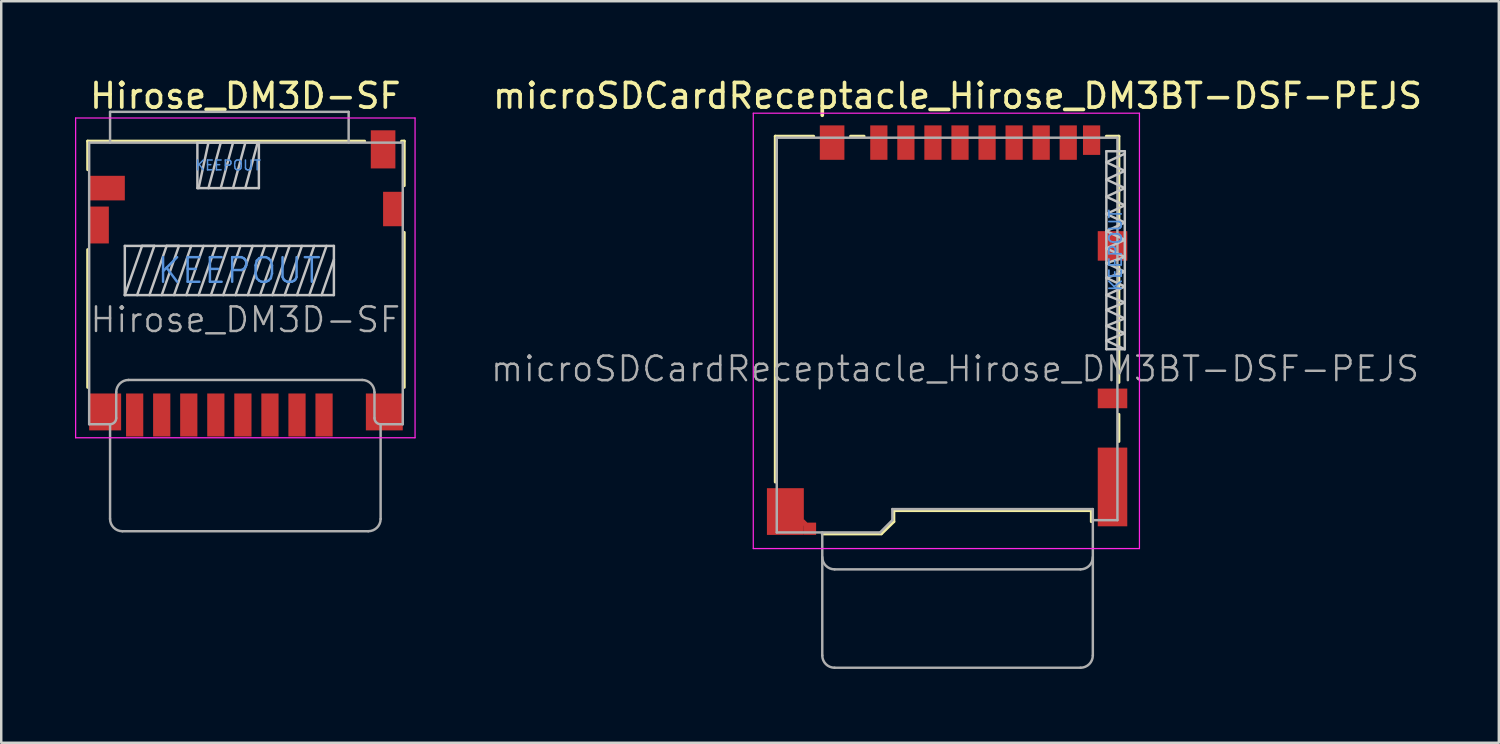
<source format=kicad_pcb>
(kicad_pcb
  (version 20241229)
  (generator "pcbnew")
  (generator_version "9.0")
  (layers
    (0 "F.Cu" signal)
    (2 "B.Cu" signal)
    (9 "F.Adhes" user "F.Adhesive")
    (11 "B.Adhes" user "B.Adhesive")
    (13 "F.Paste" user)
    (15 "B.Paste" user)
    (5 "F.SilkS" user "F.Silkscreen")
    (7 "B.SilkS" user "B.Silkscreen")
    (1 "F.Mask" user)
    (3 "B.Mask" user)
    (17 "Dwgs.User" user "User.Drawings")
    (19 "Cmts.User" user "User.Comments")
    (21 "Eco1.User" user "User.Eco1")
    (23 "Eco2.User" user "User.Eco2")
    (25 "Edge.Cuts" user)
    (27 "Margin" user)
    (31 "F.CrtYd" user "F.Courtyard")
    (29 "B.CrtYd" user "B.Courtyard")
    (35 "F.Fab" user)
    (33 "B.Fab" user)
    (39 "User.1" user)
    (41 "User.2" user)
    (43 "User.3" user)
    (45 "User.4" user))
  (footprint "microSDCardReceptacle_Hirose_DM3BT-DSF-PEJS"
    (layer "F.Cu")
    (at 35.456 10.373)
    (property "Reference" "microSDCardReceptacle_Hirose_DM3BT-DSF-PEJS" (at 0.425 -9.525 0) (layer "F.SilkS") (effects (font (size 1 1) (thickness 0.15))))
    (attr smd)
    (fp_line (start -6.985 -7.885) (end -6.985 6.175) (stroke (width 0.12) (type solid)) (layer "F.SilkS"))
    (fp_line (start -6.985 -7.885) (end -5.425 -7.885) (stroke (width 0.12) (type solid)) (layer "F.SilkS"))
    (fp_line (start -5.075 8.285) (end -2.675 8.285) (stroke (width 0.12) (type solid)) (layer "F.SilkS"))
    (fp_line (start -3.375 -7.885) (end -3.925 -7.885) (stroke (width 0.12) (type solid)) (layer "F.SilkS"))
    (fp_line (start -2.665 8.275) (end -2.165 7.785) (stroke (width 0.12) (type solid)) (layer "F.SilkS"))
    (fp_line (start -2.165 7.335) (end -2.165 7.785) (stroke (width 0.12) (type solid)) (layer "F.SilkS"))
    (fp_line (start 5.865 7.335) (end -2.165 7.335) (stroke (width 0.12) (type solid)) (layer "F.SilkS"))
    (fp_line (start 5.865 7.335) (end 5.865 7.785) (stroke (width 0.12) (type solid)) (layer "F.SilkS"))
    (fp_line (start 6.475 -7.885) (end 6.985 -7.885) (stroke (width 0.12) (type solid)) (layer "F.SilkS"))
    (fp_line (start 6.985 -7.885) (end 6.985 -4.275) (stroke (width 0.12) (type solid)) (layer "F.SilkS"))
    (fp_line (start 6.985 -2.575) (end 6.985 2.125) (stroke (width 0.12) (type solid)) (layer "F.SilkS"))
    (fp_line (start 6.985 3.425) (end 6.985 4.525) (stroke (width 0.12) (type solid)) (layer "F.SilkS"))
    (fp_line (start 6.475 -6.825) (end 7.225 -7.175) (stroke (width 0.1) (type solid)) (layer "Dwgs.User"))
    (fp_line (start 6.475 -6.125) (end 7.225 -6.475) (stroke (width 0.1) (type solid)) (layer "Dwgs.User"))
    (fp_line (start 6.475 -5.425) (end 7.225 -5.775) (stroke (width 0.1) (type solid)) (layer "Dwgs.User"))
    (fp_line (start 6.475 -4.725) (end 7.225 -5.075) (stroke (width 0.1) (type solid)) (layer "Dwgs.User"))
    (fp_line (start 6.475 -4.025) (end 7.225 -4.375) (stroke (width 0.1) (type solid)) (layer "Dwgs.User"))
    (fp_line (start 6.475 -3.325) (end 7.225 -3.675) (stroke (width 0.1) (type solid)) (layer "Dwgs.User"))
    (fp_line (start 6.475 -2.725) (end 7.225 -2.975) (stroke (width 0.1) (type solid)) (layer "Dwgs.User"))
    (fp_line (start 6.475 -2.125) (end 7.225 -2.375) (stroke (width 0.1) (type solid)) (layer "Dwgs.User"))
    (fp_line (start 6.475 -1.425) (end 7.225 -1.775) (stroke (width 0.1) (type solid)) (layer "Dwgs.User"))
    (fp_line (start 6.475 -0.825) (end 7.225 -1.125) (stroke (width 0.1) (type solid)) (layer "Dwgs.User"))
    (fp_line (start 6.475 -0.175) (end 7.225 -0.475) (stroke (width 0.1) (type solid)) (layer "Dwgs.User"))
    (fp_line (start 6.475 0.425) (end 7.225 0.125) (stroke (width 0.1) (type solid)) (layer "Dwgs.User"))
    (fp_line (start 6.475 0.775) (end 6.475 -7.275) (stroke (width 0.1) (type solid)) (layer "Dwgs.User"))
    (fp_line (start 7.225 -7.275) (end 6.475 -7.275) (stroke (width 0.1) (type solid)) (layer "Dwgs.User"))
    (fp_line (start 7.225 -6.475) (end 6.475 -6.825) (stroke (width 0.1) (type solid)) (layer "Dwgs.User"))
    (fp_line (start 7.225 -5.775) (end 6.475 -6.125) (stroke (width 0.1) (type solid)) (layer "Dwgs.User"))
    (fp_line (start 7.225 -5.075) (end 6.475 -5.425) (stroke (width 0.1) (type solid)) (layer "Dwgs.User"))
    (fp_line (start 7.225 -4.375) (end 6.475 -4.725) (stroke (width 0.1) (type solid)) (layer "Dwgs.User"))
    (fp_line (start 7.225 -3.675) (end 6.475 -4.025) (stroke (width 0.1) (type solid)) (layer "Dwgs.User"))
    (fp_line (start 7.225 -2.975) (end 6.475 -3.325) (stroke (width 0.1) (type solid)) (layer "Dwgs.User"))
    (fp_line (start 7.225 -2.375) (end 6.475 -2.725) (stroke (width 0.1) (type solid)) (layer "Dwgs.User"))
    (fp_line (start 7.225 -1.775) (end 6.475 -2.125) (stroke (width 0.1) (type solid)) (layer "Dwgs.User"))
    (fp_line (start 7.225 -1.125) (end 6.475 -1.425) (stroke (width 0.1) (type solid)) (layer "Dwgs.User"))
    (fp_line (start 7.225 -0.475) (end 6.475 -0.825) (stroke (width 0.1) (type solid)) (layer "Dwgs.User"))
    (fp_line (start 7.225 0.125) (end 6.475 -0.175) (stroke (width 0.1) (type solid)) (layer "Dwgs.User"))
    (fp_line (start 7.225 0.775) (end 6.475 0.425) (stroke (width 0.1) (type solid)) (layer "Dwgs.User"))
    (fp_line (start 7.225 0.775) (end 6.475 0.775) (stroke (width 0.1) (type solid)) (layer "Dwgs.User"))
    (fp_line (start 7.225 0.775) (end 7.225 -7.275) (stroke (width 0.1) (type solid)) (layer "Dwgs.User"))
    (fp_line (start -7.88 -8.82) (end 7.82 -8.82) (stroke (width 0.05) (type solid)) (layer "F.CrtYd"))
    (fp_line (start -7.88 8.88) (end -7.88 -8.82) (stroke (width 0.05) (type solid)) (layer "F.CrtYd"))
    (fp_line (start 7.82 -8.82) (end 7.82 8.88) (stroke (width 0.05) (type solid)) (layer "F.CrtYd"))
    (fp_line (start 7.82 8.88) (end -7.88 8.88) (stroke (width 0.05) (type solid)) (layer "F.CrtYd"))
    (fp_line (start -6.925 -7.825) (end 6.925 -7.825) (stroke (width 0.1) (type solid)) (layer "F.Fab"))
    (fp_line (start -6.925 8.225) (end -6.925 -7.825) (stroke (width 0.1) (type solid)) (layer "F.Fab"))
    (fp_line (start -6.925 8.225) (end -2.725 8.225) (stroke (width 0.1) (type solid)) (layer "F.Fab"))
    (fp_line (start -5.075 8.225) (end -5.075 13.225) (stroke (width 0.1) (type solid)) (layer "F.Fab"))
    (fp_line (start -4.575 9.725) (end 5.425 9.725) (stroke (width 0.1) (type solid)) (layer "F.Fab"))
    (fp_line (start -4.575 13.725) (end 5.425 13.725) (stroke (width 0.1) (type solid)) (layer "F.Fab"))
    (fp_line (start -2.225 7.275) (end -2.225 7.725) (stroke (width 0.1) (type solid)) (layer "F.Fab"))
    (fp_line (start -2.225 7.275) (end 5.925 7.275) (stroke (width 0.1) (type solid)) (layer "F.Fab"))
    (fp_line (start -2.225 7.725) (end -2.725 8.225) (stroke (width 0.1) (type solid)) (layer "F.Fab"))
    (fp_line (start 5.925 13.225) (end 5.925 7.275) (stroke (width 0.1) (type solid)) (layer "F.Fab"))
    (fp_line (start 6.925 7.725) (end 5.925 7.725) (stroke (width 0.1) (type solid)) (layer "F.Fab"))
    (fp_line (start 6.925 7.725) (end 6.925 -7.825) (stroke (width 0.1) (type solid)) (layer "F.Fab"))
    (fp_arc (start -4.575 9.725) (mid -4.928553 9.578553) (end -5.075 9.225) (stroke (width 0.1) (type solid)) (layer "F.Fab"))
    (fp_arc (start -4.575 13.725) (mid -4.928553 13.578553) (end -5.075 13.225) (stroke (width 0.1) (type solid)) (layer "F.Fab"))
    (fp_arc (start 5.925 9.225) (mid 5.778553 9.578553) (end 5.425 9.725) (stroke (width 0.1) (type solid)) (layer "F.Fab"))
    (fp_arc (start 5.925 13.225) (mid 5.778553 13.578553) (end 5.425 13.725) (stroke (width 0.1) (type solid)) (layer "F.Fab"))
    (fp_text user "KEEPOUT" (at 6.85 -3.25 90) (layer "Cmts.User") (effects (font (size 0.5 0.5) (thickness 0.07))))
    (fp_text user "${REFERENCE}" (at 0.325 1.575 0) (layer "F.Fab") (effects (font (size 1 1) (thickness 0.1))))
    (pad "1" smd rect (at -2.775 -7.625) (size 0.7 1.4) (layers "F.Cu" "F.Mask" "F.Paste"))
    (pad "2" smd rect (at -1.675 -7.625) (size 0.7 1.4) (layers "F.Cu" "F.Mask" "F.Paste"))
    (pad "3" smd rect (at -0.575 -7.625) (size 0.7 1.4) (layers "F.Cu" "F.Mask" "F.Paste"))
    (pad "4" smd rect (at 0.525 -7.625) (size 0.7 1.4) (layers "F.Cu" "F.Mask" "F.Paste"))
    (pad "5" smd rect (at 1.625 -7.625) (size 0.7 1.4) (layers "F.Cu" "F.Mask" "F.Paste"))
    (pad "6" smd rect (at 2.725 -7.625) (size 0.7 1.4) (layers "F.Cu" "F.Mask" "F.Paste"))
    (pad "7" smd rect (at 3.825 -7.625) (size 0.7 1.4) (layers "F.Cu" "F.Mask" "F.Paste"))
    (pad "8" smd rect (at 4.925 -7.625) (size 0.7 1.4) (layers "F.Cu" "F.Mask" "F.Paste"))
    (pad "9" smd rect (at 5.875 -7.725) (size 0.7 1.2) (layers "F.Cu" "F.Mask" "F.Paste"))
    (pad "10" smd rect (at 6.725 2.775) (size 1.2 0.8) (layers "F.Cu" "F.Mask" "F.Paste"))
    (pad "11" smd rect (at -6.575 7.375) (size 1.5 1.9) (layers "F.Cu" "F.Mask" "F.Paste"))
    (pad "11" smd rect (at -5.825 7.825 45) (size 0.2 0.2) (layers "F.Cu" "F.Mask" "F.Paste"))
    (pad "11" smd rect (at -5.575 8.075) (size 0.5 0.5) (layers "F.Cu" "F.Mask" "F.Paste"))
    (pad "11" smd rect (at -4.675 -7.625) (size 1 1.4) (layers "F.Cu" "F.Mask" "F.Paste"))
    (pad "11" smd rect (at 6.725 -3.425) (size 1.2 1.2) (layers "F.Cu" "F.Mask" "F.Paste"))
    (pad "11" smd rect (at 6.725 6.375) (size 1.2 3.2) (layers "F.Cu" "F.Mask" "F.Paste")))
  (footprint "Hirose_DM3D-SF"
    (layer "F.Cu")
    (at 2.425 12.948)
    (property "Reference" "Hirose_DM3D-SF" (at 4.5 -12.1 0) (layer "F.SilkS") (effects (font (size 1 1) (thickness 0.15))))
    (attr smd)
    (fp_line (start -1.91 -10.26) (end 9.35 -10.26) (stroke (width 0.12) (type solid)) (layer "F.SilkS"))
    (fp_line (start -1.91 -9.1) (end -1.91 -10.26) (stroke (width 0.12) (type solid)) (layer "F.SilkS"))
    (fp_line (start -1.91 -5.85) (end -1.91 -0.25) (stroke (width 0.12) (type solid)) (layer "F.SilkS"))
    (fp_line (start 10.85 -10.26) (end 10.96 -10.26) (stroke (width 0.12) (type solid)) (layer "F.SilkS"))
    (fp_line (start 10.96 -10.26) (end 10.96 -8.45) (stroke (width 0.12) (type solid)) (layer "F.SilkS"))
    (fp_line (start 10.96 -6.55) (end 10.96 -0.25) (stroke (width 0.12) (type solid)) (layer "F.SilkS"))
    (fp_line (start -0.4 -6) (end -0.4 -4) (stroke (width 0.1) (type solid)) (layer "Dwgs.User"))
    (fp_line (start -0.4 -6) (end 8.1 -6) (stroke (width 0.1) (type solid)) (layer "Dwgs.User"))
    (fp_line (start -0.4 -4) (end 0.3 -6) (stroke (width 0.1) (type solid)) (layer "Dwgs.User"))
    (fp_line (start -0.4 -4) (end 8.1 -4) (stroke (width 0.1) (type solid)) (layer "Dwgs.User"))
    (fp_line (start 0.1 -4) (end 0.8 -6) (stroke (width 0.1) (type solid)) (layer "Dwgs.User"))
    (fp_line (start 0.3 -6) (end 0.8 -6) (stroke (width 0.1) (type solid)) (layer "Dwgs.User"))
    (fp_line (start 0.6 -4) (end 1.3 -6) (stroke (width 0.1) (type solid)) (layer "Dwgs.User"))
    (fp_line (start 1.1 -4) (end 1.8 -6) (stroke (width 0.1) (type solid)) (layer "Dwgs.User"))
    (fp_line (start 1.3 -6) (end 1.8 -6) (stroke (width 0.1) (type solid)) (layer "Dwgs.User"))
    (fp_line (start 1.6 -4) (end 2.3 -6) (stroke (width 0.1) (type solid)) (layer "Dwgs.User"))
    (fp_line (start 2.1 -4) (end 2.8 -6) (stroke (width 0.1) (type solid)) (layer "Dwgs.User"))
    (fp_line (start 2.55 -10.2) (end 2.55 -8.35) (stroke (width 0.1) (type solid)) (layer "Dwgs.User"))
    (fp_line (start 2.6 -8.35) (end 3 -10.2) (stroke (width 0.1) (type solid)) (layer "Dwgs.User"))
    (fp_line (start 2.6 -4) (end 3.3 -6) (stroke (width 0.1) (type solid)) (layer "Dwgs.User"))
    (fp_line (start 3.1 -4) (end 3.8 -6) (stroke (width 0.1) (type solid)) (layer "Dwgs.User"))
    (fp_line (start 3.5 -10.2) (end 3 -8.35) (stroke (width 0.1) (type solid)) (layer "Dwgs.User"))
    (fp_line (start 3.5 -8.35) (end 4 -10.2) (stroke (width 0.1) (type solid)) (layer "Dwgs.User"))
    (fp_line (start 3.6 -4) (end 4.3 -6) (stroke (width 0.1) (type solid)) (layer "Dwgs.User"))
    (fp_line (start 4.1 -4) (end 4.8 -6) (stroke (width 0.1) (type solid)) (layer "Dwgs.User"))
    (fp_line (start 4.5 -10.2) (end 4 -8.35) (stroke (width 0.1) (type solid)) (layer "Dwgs.User"))
    (fp_line (start 4.5 -8.35) (end 5 -10.2) (stroke (width 0.1) (type solid)) (layer "Dwgs.User"))
    (fp_line (start 4.6 -4) (end 5.3 -6) (stroke (width 0.1) (type solid)) (layer "Dwgs.User"))
    (fp_line (start 5.05 -10.2) (end 2.55 -10.2) (stroke (width 0.1) (type solid)) (layer "Dwgs.User"))
    (fp_line (start 5.05 -8.35) (end 2.55 -8.35) (stroke (width 0.1) (type solid)) (layer "Dwgs.User"))
    (fp_line (start 5.05 -8.35) (end 5.05 -10.2) (stroke (width 0.1) (type solid)) (layer "Dwgs.User"))
    (fp_line (start 5.1 -4) (end 5.8 -6) (stroke (width 0.1) (type solid)) (layer "Dwgs.User"))
    (fp_line (start 5.6 -4) (end 6.3 -6) (stroke (width 0.1) (type solid)) (layer "Dwgs.User"))
    (fp_line (start 6.1 -4) (end 6.8 -6) (stroke (width 0.1) (type solid)) (layer "Dwgs.User"))
    (fp_line (start 6.6 -4) (end 7.3 -6) (stroke (width 0.1) (type solid)) (layer "Dwgs.User"))
    (fp_line (start 7.1 -4) (end 7.8 -6) (stroke (width 0.1) (type solid)) (layer "Dwgs.User"))
    (fp_line (start 7.6 -4) (end 8.1 -5.45) (stroke (width 0.1) (type solid)) (layer "Dwgs.User"))
    (fp_line (start 8.1 -4) (end 8.1 -6) (stroke (width 0.1) (type solid)) (layer "Dwgs.User"))
    (fp_line (start -2.4 -11.2) (end 11.4 -11.2) (stroke (width 0.05) (type solid)) (layer "F.CrtYd"))
    (fp_line (start -2.4 1.8) (end -2.4 -11.2) (stroke (width 0.05) (type solid)) (layer "F.CrtYd"))
    (fp_line (start 11.4 -11.2) (end 11.4 1.8) (stroke (width 0.05) (type solid)) (layer "F.CrtYd"))
    (fp_line (start 11.4 1.8) (end -2.4 1.8) (stroke (width 0.05) (type solid)) (layer "F.CrtYd"))
    (fp_line (start -1.85 -10.2) (end 10.9 -10.2) (stroke (width 0.1) (type solid)) (layer "F.Fab"))
    (fp_line (start -1.85 1.25) (end -1.85 -10.2) (stroke (width 0.1) (type solid)) (layer "F.Fab"))
    (fp_line (start -1.85 1.25) (end -1 1.25) (stroke (width 0.1) (type solid)) (layer "F.Fab"))
    (fp_line (start -1 -11.45) (end 8.7 -11.45) (stroke (width 0.1) (type solid)) (layer "F.Fab"))
    (fp_line (start -1 -10.2) (end -1 -11.45) (stroke (width 0.1) (type solid)) (layer "F.Fab"))
    (fp_line (start -1 1.25) (end -1 5.1) (stroke (width 0.1) (type solid)) (layer "F.Fab"))
    (fp_line (start -0.75 1) (end -0.75 -0.05) (stroke (width 0.1) (type solid)) (layer "F.Fab"))
    (fp_line (start -0.5 5.6) (end 9.5 5.6) (stroke (width 0.1) (type solid)) (layer "F.Fab"))
    (fp_line (start -0.25 -0.55) (end 9.25 -0.55) (stroke (width 0.1) (type solid)) (layer "F.Fab"))
    (fp_line (start 8.7 -10.2) (end 8.7 -11.45) (stroke (width 0.1) (type solid)) (layer "F.Fab"))
    (fp_line (start 9.75 1) (end 9.75 -0.05) (stroke (width 0.1) (type solid)) (layer "F.Fab"))
    (fp_line (start 10 1.25) (end 10.9 1.25) (stroke (width 0.1) (type solid)) (layer "F.Fab"))
    (fp_line (start 10 5.1) (end 10 1.25) (stroke (width 0.1) (type solid)) (layer "F.Fab"))
    (fp_line (start 10.9 1.25) (end 10.9 -10.2) (stroke (width 0.1) (type solid)) (layer "F.Fab"))
    (fp_arc (start -0.75 -0.05) (mid -0.603553 -0.403553) (end -0.25 -0.55) (stroke (width 0.1) (type solid)) (layer "F.Fab"))
    (fp_arc (start -0.75 1) (mid -0.823223 1.176777) (end -1 1.25) (stroke (width 0.1) (type solid)) (layer "F.Fab"))
    (fp_arc (start -0.5 5.6) (mid -0.853553 5.453553) (end -1 5.1) (stroke (width 0.1) (type solid)) (layer "F.Fab"))
    (fp_arc (start 9.25 -0.55) (mid 9.603553 -0.403553) (end 9.75 -0.05) (stroke (width 0.1) (type solid)) (layer "F.Fab"))
    (fp_arc (start 10 1.25) (mid 9.823223 1.176777) (end 9.75 1) (stroke (width 0.1) (type solid)) (layer "F.Fab"))
    (fp_arc (start 10 5.1) (mid 9.853553 5.453553) (end 9.5 5.6) (stroke (width 0.1) (type solid)) (layer "F.Fab"))
    (fp_text user "KEEPOUT" (at 3.8 -9.275 0) (layer "Cmts.User") (effects (font (size 0.4 0.4) (thickness 0.06))))
    (fp_text user "KEEPOUT" (at 4.25 -5 0) (layer "Cmts.User") (effects (font (size 1 1) (thickness 0.1))))
    (fp_text user "${REFERENCE}" (at 4.5 -3 0) (layer "F.Fab") (effects (font (size 1 1) (thickness 0.1))))
    (pad "1" smd rect (at 7.7 0.875) (size 0.7 1.75) (layers "F.Cu" "F.Mask" "F.Paste"))
    (pad "2" smd rect (at 6.6 0.875) (size 0.7 1.75) (layers "F.Cu" "F.Mask" "F.Paste"))
    (pad "3" smd rect (at 5.5 0.875) (size 0.7 1.75) (layers "F.Cu" "F.Mask" "F.Paste"))
    (pad "4" smd rect (at 4.4 0.875) (size 0.7 1.75) (layers "F.Cu" "F.Mask" "F.Paste"))
    (pad "5" smd rect (at 3.3 0.875) (size 0.7 1.75) (layers "F.Cu" "F.Mask" "F.Paste"))
    (pad "6" smd rect (at 2.2 0.875) (size 0.7 1.75) (layers "F.Cu" "F.Mask" "F.Paste"))
    (pad "7" smd rect (at 1.1 0.875) (size 0.7 1.75) (layers "F.Cu" "F.Mask" "F.Paste"))
    (pad "8" smd rect (at 0 0.875) (size 0.7 1.75) (layers "F.Cu" "F.Mask" "F.Paste"))
    (pad "9" smd rect (at -1.125 -8.35) (size 1.45 1) (layers "F.Cu" "F.Mask" "F.Paste"))
    (pad "10" smd rect (at 10.1 -9.925) (size 1 1.55) (layers "F.Cu" "F.Mask" "F.Paste"))
    (pad "11" smd rect (at -1.45 -6.85) (size 0.8 1.5) (layers "F.Cu" "F.Mask" "F.Paste"))
    (pad "11" smd rect (at -1.2 0.75) (size 1.3 1.5) (layers "F.Cu" "F.Mask" "F.Paste"))
    (pad "11" smd rect (at 10.15 0.75) (size 1.5 1.5) (layers "F.Cu" "F.Mask" "F.Paste"))
    (pad "11" smd rect (at 10.5 -7.5) (size 0.8 1.4) (layers "F.Cu" "F.Mask" "F.Paste")))
  (gr_rect
    (start -3 -3)
    (end 57.887 27.148)
    (stroke (width 0.1) (type default))
    (fill no)
    (layer "Edge.Cuts")))
</source>
